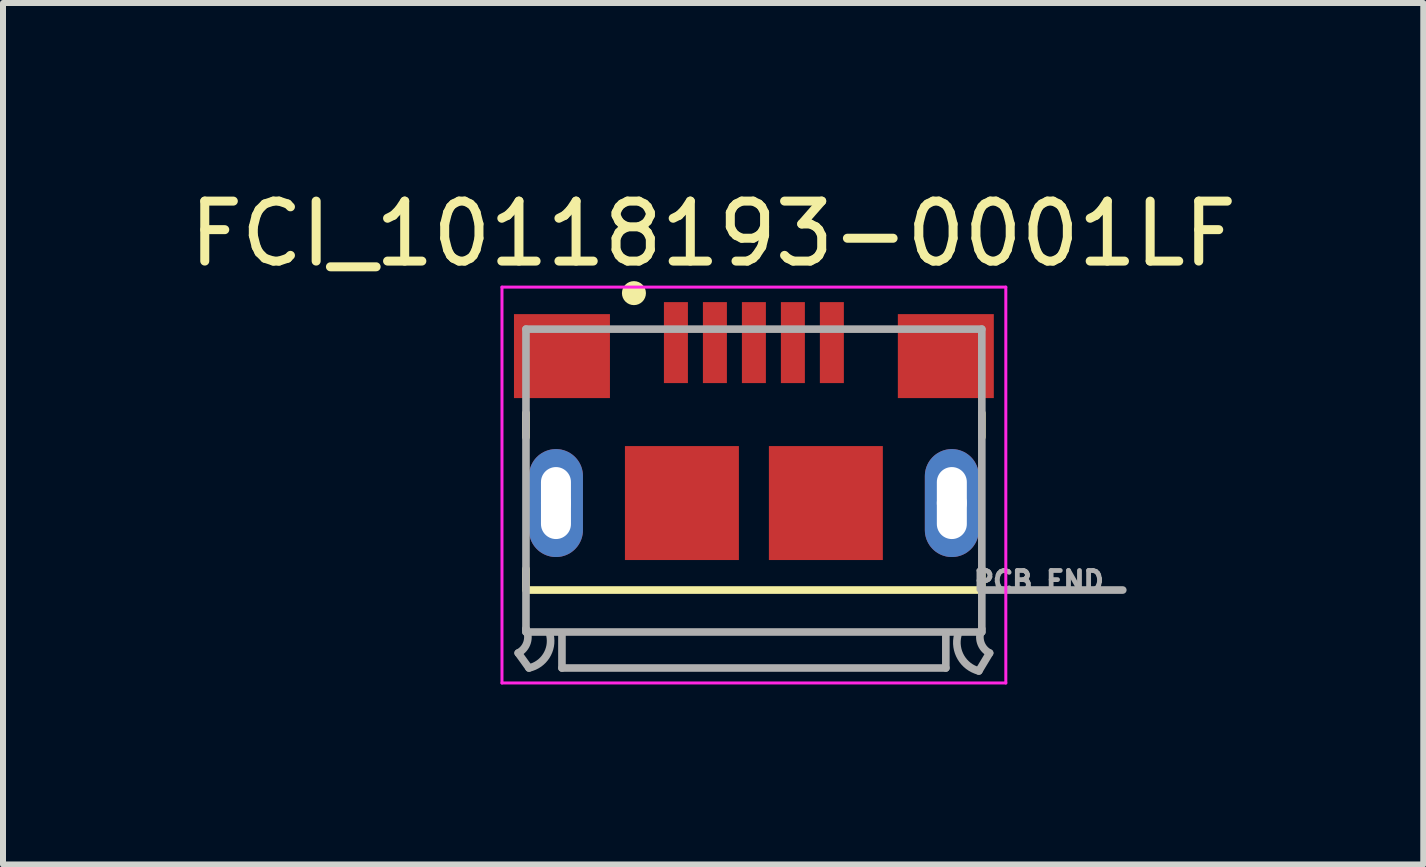
<source format=kicad_pcb>
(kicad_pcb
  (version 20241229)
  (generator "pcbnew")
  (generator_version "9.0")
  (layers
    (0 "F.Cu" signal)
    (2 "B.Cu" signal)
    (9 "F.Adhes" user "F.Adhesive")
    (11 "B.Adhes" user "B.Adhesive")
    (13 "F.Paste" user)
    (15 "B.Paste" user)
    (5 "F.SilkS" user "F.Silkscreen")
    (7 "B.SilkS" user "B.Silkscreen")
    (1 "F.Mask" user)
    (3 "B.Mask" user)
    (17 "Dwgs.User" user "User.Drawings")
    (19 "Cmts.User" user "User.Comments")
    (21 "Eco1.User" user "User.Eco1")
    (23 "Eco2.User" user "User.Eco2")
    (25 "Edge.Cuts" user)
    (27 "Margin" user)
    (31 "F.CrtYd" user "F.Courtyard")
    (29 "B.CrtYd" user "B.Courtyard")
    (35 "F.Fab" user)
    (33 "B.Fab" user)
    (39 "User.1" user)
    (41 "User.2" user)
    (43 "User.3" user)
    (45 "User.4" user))
  (footprint "FCI_10118193-0001LF"
    (layer "F.Cu")
    (at 9.519 5.337)
    (property "Reference" "FCI_10118193-0001LF" (at -0.679 -4.489 0) (layer "F.SilkS") (effects (font (size 1 1) (thickness 0.15))))
    (attr through_hole)
    (fp_line (start -3.8 -1.5) (end -3.8 -1.1) (stroke (width 0.127) (type solid)) (layer "F.SilkS"))
    (fp_line (start -3.8 1.1) (end -3.8 1.4) (stroke (width 0.127) (type solid)) (layer "F.SilkS"))
    (fp_line (start -3.8 1.45) (end 3.8 1.45) (stroke (width 0.127) (type solid)) (layer "F.SilkS"))
    (fp_line (start 3.8 -1.1) (end 3.8 -1.5) (stroke (width 0.127) (type solid)) (layer "F.SilkS"))
    (fp_line (start 3.8 1.1) (end 3.8 1.4) (stroke (width 0.127) (type solid)) (layer "F.SilkS"))
    (fp_circle (center -2 -3.5) (end -1.9 -3.5) (stroke (width 0.2) (type solid)) (fill no) (layer "F.SilkS"))
    (fp_line (start -4.2 -3.6) (end -4.2 3) (stroke (width 0.05) (type solid)) (layer "F.CrtYd"))
    (fp_line (start -4.2 3) (end 4.2 3) (stroke (width 0.05) (type solid)) (layer "F.CrtYd"))
    (fp_line (start 4.2 -3.6) (end -4.2 -3.6) (stroke (width 0.05) (type solid)) (layer "F.CrtYd"))
    (fp_line (start 4.2 3) (end 4.2 -3.6) (stroke (width 0.05) (type solid)) (layer "F.CrtYd"))
    (fp_line (start -3.93 2.5) (end -3.75 2.75) (stroke (width 0.127) (type solid)) (layer "F.Fab"))
    (fp_line (start -3.8 -2.9) (end 3.8 -2.9) (stroke (width 0.127) (type solid)) (layer "F.Fab"))
    (fp_line (start -3.8 2.1) (end -3.8 -2.9) (stroke (width 0.127) (type solid)) (layer "F.Fab"))
    (fp_line (start -3.8 2.15) (end -3.8 2.1) (stroke (width 0.127) (type solid)) (layer "F.Fab"))
    (fp_line (start -3.2 2.2) (end -3.2 2.75) (stroke (width 0.127) (type solid)) (layer "F.Fab"))
    (fp_line (start -3.2 2.75) (end 3.2 2.75) (stroke (width 0.127) (type solid)) (layer "F.Fab"))
    (fp_line (start 3.2 2.75) (end 3.2 2.2) (stroke (width 0.127) (type solid)) (layer "F.Fab"))
    (fp_line (start 3.8 -2.9) (end 3.8 1.45) (stroke (width 0.127) (type solid)) (layer "F.Fab"))
    (fp_line (start 3.8 1.45) (end 3.8 2.15) (stroke (width 0.127) (type solid)) (layer "F.Fab"))
    (fp_line (start 3.8 1.45) (end 6.15 1.45) (stroke (width 0.127) (type solid)) (layer "F.Fab"))
    (fp_line (start 3.8 2.15) (end -3.8 2.15) (stroke (width 0.127) (type solid)) (layer "F.Fab"))
    (fp_line (start 3.93 2.5) (end 3.75 2.8) (stroke (width 0.127) (type solid)) (layer "F.Fab"))
    (fp_arc (start -3.8 2.1) (mid -3.782157 2.326924) (end -3.93 2.5) (stroke (width 0.127) (type solid)) (layer "F.Fab"))
    (fp_arc (start -3.4 2.2) (mid -3.461091 2.547487) (end -3.75 2.75) (stroke (width 0.127) (type solid)) (layer "F.Fab"))
    (fp_arc (start 3.75 2.8) (mid 3.450736 2.572487) (end 3.4 2.2) (stroke (width 0.127) (type solid)) (layer "F.Fab"))
    (fp_arc (start 3.93 2.5) (mid 3.782157 2.326924) (end 3.8 2.1) (stroke (width 0.127) (type solid)) (layer "F.Fab"))
    (fp_text user "PCB END" (at 4.75 1.3 0) (layer "F.Fab") (effects (font (size 0.32 0.32) (thickness 0.15))))
    (pad "" np_thru_hole circle (at -3.3 0) (size 0.5 0.5) (drill 0.5) (layers "*.Cu" "*.Mask"))
    (pad "" np_thru_hole circle (at 3.3 0) (size 0.5 0.5) (drill 0.5) (layers "*.Cu" "*.Mask"))
    (pad "1" smd rect (at -1.3 -2.675) (size 0.4 1.35) (layers "F.Cu" "F.Mask" "F.Paste"))
    (pad "2" smd rect (at -0.65 -2.675) (size 0.4 1.35) (layers "F.Cu" "F.Mask" "F.Paste"))
    (pad "3" smd rect (at 0 -2.675) (size 0.4 1.35) (layers "F.Cu" "F.Mask" "F.Paste"))
    (pad "4" smd rect (at 0.65 -2.675) (size 0.4 1.35) (layers "F.Cu" "F.Mask" "F.Paste"))
    (pad "5" smd rect (at 1.3 -2.675) (size 0.4 1.35) (layers "F.Cu" "F.Mask" "F.Paste"))
    (pad "S1" smd rect (at -3.2 -2.45) (size 1.6 1.4) (layers "F.Cu" "F.Mask" "F.Paste"))
    (pad "S2" smd rect (at 3.2 -2.45) (size 1.6 1.4) (layers "F.Cu" "F.Mask" "F.Paste"))
    (pad "S3" smd rect (at 1.2 0) (size 1.9 1.9) (layers "F.Cu" "F.Mask" "F.Paste"))
    (pad "S4" smd rect (at -1.2 0) (size 1.9 1.9) (layers "F.Cu" "F.Mask" "F.Paste"))
    (pad "S5" thru_hole oval (at -3.3 0) (size 0.9 1.8) (drill oval 0.5 1.2) (layers "*.Cu" "*.Mask"))
    (pad "S6" thru_hole oval (at 3.3 0) (size 0.9 1.8) (drill oval 0.5 1.2) (layers "*.Cu" "*.Mask")))
  (gr_rect
    (start -3 -3)
    (end 20.679 11.362)
    (stroke (width 0.1) (type default))
    (fill no)
    (layer "Edge.Cuts")))
</source>
